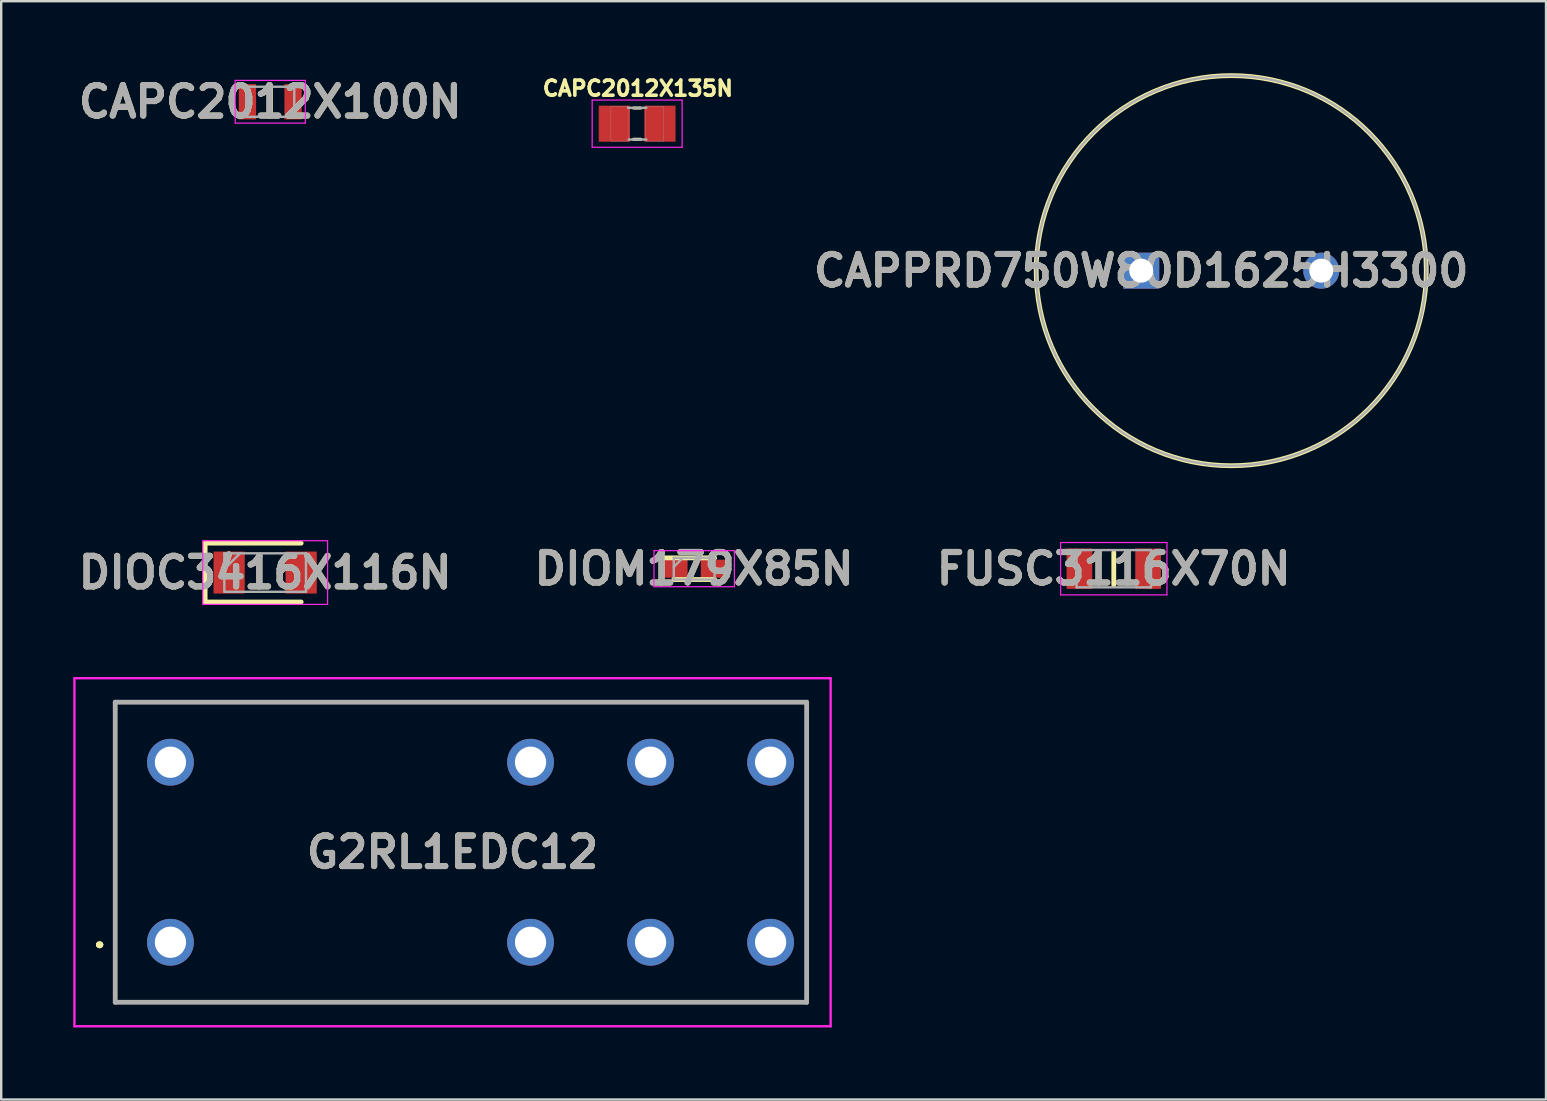
<source format=kicad_pcb>
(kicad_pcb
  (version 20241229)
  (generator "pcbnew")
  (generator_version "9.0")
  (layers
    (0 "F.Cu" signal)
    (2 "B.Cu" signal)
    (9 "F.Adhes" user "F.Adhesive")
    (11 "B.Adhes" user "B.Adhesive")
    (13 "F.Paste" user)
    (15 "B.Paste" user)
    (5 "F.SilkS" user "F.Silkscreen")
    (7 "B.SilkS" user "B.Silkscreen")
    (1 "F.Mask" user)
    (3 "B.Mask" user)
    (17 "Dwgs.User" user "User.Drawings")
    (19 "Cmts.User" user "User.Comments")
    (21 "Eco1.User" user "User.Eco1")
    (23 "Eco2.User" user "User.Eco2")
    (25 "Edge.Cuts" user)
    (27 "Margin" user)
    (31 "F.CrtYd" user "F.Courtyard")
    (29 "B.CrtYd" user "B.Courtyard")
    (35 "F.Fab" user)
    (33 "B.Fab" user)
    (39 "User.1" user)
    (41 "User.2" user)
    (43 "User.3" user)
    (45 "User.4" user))
  (footprint "G2RL1EDC12"
    (layer "F.Cu")
    (at 4.05 36.2)
    (property "Reference" "G2RL1EDC12" (at 11.75 -3.75 0) (layer "F.SilkS") (effects (font (size 1.27 1.27) (thickness 0.254))))
    (attr through_hole)
    (fp_line (start -3 0.1) (end -3 0.1) (stroke (width 0.2) (type solid)) (layer "F.SilkS"))
    (fp_line (start -3 0.1) (end -3 0.1) (stroke (width 0.2) (type solid)) (layer "F.SilkS"))
    (fp_line (start -2.9 0.1) (end -2.9 0.1) (stroke (width 0.2) (type solid)) (layer "F.SilkS"))
    (fp_line (start -2.3 -10) (end -2.3 2.5) (stroke (width 0.1) (type solid)) (layer "F.SilkS"))
    (fp_line (start -2.3 2.5) (end 26.5 2.5) (stroke (width 0.1) (type solid)) (layer "F.SilkS"))
    (fp_line (start 26.5 -10) (end -2.3 -10) (stroke (width 0.1) (type solid)) (layer "F.SilkS"))
    (fp_line (start 26.5 2.5) (end 26.5 -10) (stroke (width 0.1) (type solid)) (layer "F.SilkS"))
    (fp_arc (start -3 0.1) (mid -2.95 0.05) (end -2.9 0.1) (stroke (width 0.2) (type solid)) (layer "F.SilkS"))
    (fp_arc (start -2.9 0.1) (mid -2.95 0.15) (end -3 0.1) (stroke (width 0.2) (type solid)) (layer "F.SilkS"))
    (fp_arc (start -2.9 0.1) (mid -2.95 0.15) (end -3 0.1) (stroke (width 0.2) (type solid)) (layer "F.SilkS"))
    (fp_line (start -4 -11) (end -4 3.5) (stroke (width 0.1) (type solid)) (layer "F.CrtYd"))
    (fp_line (start -4 3.5) (end 27.5 3.5) (stroke (width 0.1) (type solid)) (layer "F.CrtYd"))
    (fp_line (start 27.5 -11) (end -4 -11) (stroke (width 0.1) (type solid)) (layer "F.CrtYd"))
    (fp_line (start 27.5 3.5) (end 27.5 -11) (stroke (width 0.1) (type solid)) (layer "F.CrtYd"))
    (fp_line (start -2.3 -10) (end 26.5 -10) (stroke (width 0.2) (type solid)) (layer "F.Fab"))
    (fp_line (start -2.3 2.5) (end -2.3 -10) (stroke (width 0.2) (type solid)) (layer "F.Fab"))
    (fp_line (start 26.5 -10) (end 26.5 2.5) (stroke (width 0.2) (type solid)) (layer "F.Fab"))
    (fp_line (start 26.5 2.5) (end -2.3 2.5) (stroke (width 0.2) (type solid)) (layer "F.Fab"))
    (fp_text user "${REFERENCE}" (at 11.75 -3.75 0) (layer "F.Fab") (effects (font (size 1.27 1.27) (thickness 0.254))))
    (pad "1" thru_hole circle (at 0 0) (size 1.95 1.95) (drill 1.3) (layers "*.Cu" "*.Mask"))
    (pad "2" thru_hole circle (at 15 0) (size 1.95 1.95) (drill 1.3) (layers "*.Cu" "*.Mask"))
    (pad "3" thru_hole circle (at 20 0) (size 1.95 1.95) (drill 1.3) (layers "*.Cu" "*.Mask"))
    (pad "4" thru_hole circle (at 25 0) (size 1.95 1.95) (drill 1.3) (layers "*.Cu" "*.Mask"))
    (pad "5" thru_hole circle (at 25 -7.5) (size 1.95 1.95) (drill 1.3) (layers "*.Cu" "*.Mask"))
    (pad "6" thru_hole circle (at 20 -7.5) (size 1.95 1.95) (drill 1.3) (layers "*.Cu" "*.Mask"))
    (pad "7" thru_hole circle (at 15 -7.5) (size 1.95 1.95) (drill 1.3) (layers "*.Cu" "*.Mask"))
    (pad "8" thru_hole circle (at 0 -7.5) (size 1.95 1.95) (drill 1.3) (layers "*.Cu" "*.Mask")))
  (footprint "FUSC3116X70N"
    (layer "F.Cu")
    (at 43.344 20.639)
    (property "Reference" "FUSC3116X70N" (at 0 0 0) (layer "F.SilkS") (effects (font (size 1.27 1.27) (thickness 0.254))))
    (attr smd)
    (fp_line (start 0 -0.675) (end 0 0.675) (stroke (width 0.2) (type solid)) (layer "F.SilkS"))
    (fp_line (start -2.215 -1.09) (end 2.215 -1.09) (stroke (width 0.05) (type solid)) (layer "F.CrtYd"))
    (fp_line (start -2.215 1.09) (end -2.215 -1.09) (stroke (width 0.05) (type solid)) (layer "F.CrtYd"))
    (fp_line (start 2.215 -1.09) (end 2.215 1.09) (stroke (width 0.05) (type solid)) (layer "F.CrtYd"))
    (fp_line (start 2.215 1.09) (end -2.215 1.09) (stroke (width 0.05) (type solid)) (layer "F.CrtYd"))
    (fp_line (start -1.55 -0.775) (end 1.55 -0.775) (stroke (width 0.1) (type solid)) (layer "F.Fab"))
    (fp_line (start -1.55 0.775) (end -1.55 -0.775) (stroke (width 0.1) (type solid)) (layer "F.Fab"))
    (fp_line (start 1.55 -0.775) (end 1.55 0.775) (stroke (width 0.1) (type solid)) (layer "F.Fab"))
    (fp_line (start 1.55 0.775) (end -1.55 0.775) (stroke (width 0.1) (type solid)) (layer "F.Fab"))
    (fp_text user "${REFERENCE}" (at 0 0 0) (layer "F.Fab") (effects (font (size 1.27 1.27) (thickness 0.254))))
    (pad "1" smd rect (at -1.43 0) (size 1.07 1.68) (layers "F.Cu" "F.Mask" "F.Paste"))
    (pad "2" smd rect (at 1.43 0) (size 1.07 1.68) (layers "F.Cu" "F.Mask" "F.Paste")))
  (footprint "CAPC2012X135N"
    (layer "F.Cu")
    (at 23.49 2.102)
    (property "Reference" "CAPC2012X135N" (at 0.03 -1.47 0) (layer "F.SilkS") (effects (font (size 0.63 0.63) (thickness 0.15))))
    (attr smd)
    (fp_line (start -0.15 -0.65) (end 0.15 -0.65) (stroke (width 0.127) (type solid)) (layer "F.SilkS"))
    (fp_line (start -0.15 0.65) (end 0.15 0.65) (stroke (width 0.127) (type solid)) (layer "F.SilkS"))
    (fp_line (start -1.873 -0.983) (end 1.873 -0.983) (stroke (width 0.051) (type solid)) (layer "F.CrtYd"))
    (fp_line (start -1.873 0.983) (end -1.873 -0.983) (stroke (width 0.051) (type solid)) (layer "F.CrtYd"))
    (fp_line (start 1.873 -0.983) (end 1.873 0.983) (stroke (width 0.051) (type solid)) (layer "F.CrtYd"))
    (fp_line (start 1.873 0.983) (end -1.873 0.983) (stroke (width 0.051) (type solid)) (layer "F.CrtYd"))
    (fp_line (start -0.381 -0.66) (end 0.381 -0.66) (stroke (width 0.102) (type solid)) (layer "F.Fab"))
    (fp_line (start -0.356 0.66) (end 0.381 0.66) (stroke (width 0.102) (type solid)) (layer "F.Fab"))
    (fp_poly (pts (xy -1.092 -0.726) (xy -0.342 -0.726) (xy -0.342 0.724) (xy -1.092 0.724)) (stroke (width 0.01) (type solid)) (fill no) (layer "F.Fab"))
    (fp_poly (pts (xy 0.356 -0.726) (xy 1.106 -0.726) (xy 1.106 0.724) (xy 0.356 0.724)) (stroke (width 0.01) (type solid)) (fill no) (layer "F.Fab"))
    (pad "1" smd rect (at -0.95 0) (size 1.3 1.5) (layers "F.Cu" "F.Mask" "F.Paste"))
    (pad "2" smd rect (at 0.95 0) (size 1.3 1.5) (layers "F.Cu" "F.Mask" "F.Paste")))
  (footprint "DIOM179X85N"
    (layer "F.Cu")
    (at 25.866 20.639)
    (property "Reference" "DIOM179X85N" (at 0 0 0) (layer "F.SilkS") (effects (font (size 1.27 1.27) (thickness 0.254))))
    (attr smd)
    (fp_line (start -0.85 0.45) (end 0.85 0.45) (stroke (width 0.2) (type solid)) (layer "F.SilkS"))
    (fp_line (start 0.85 -0.45) (end -1.225 -0.45) (stroke (width 0.2) (type solid)) (layer "F.SilkS"))
    (fp_line (start -1.675 -0.75) (end 1.675 -0.75) (stroke (width 0.05) (type solid)) (layer "F.CrtYd"))
    (fp_line (start -1.675 0.75) (end -1.675 -0.75) (stroke (width 0.05) (type solid)) (layer "F.CrtYd"))
    (fp_line (start 1.675 -0.75) (end 1.675 0.75) (stroke (width 0.05) (type solid)) (layer "F.CrtYd"))
    (fp_line (start 1.675 0.75) (end -1.675 0.75) (stroke (width 0.05) (type solid)) (layer "F.CrtYd"))
    (fp_line (start -0.85 -0.45) (end 0.85 -0.45) (stroke (width 0.1) (type solid)) (layer "F.Fab"))
    (fp_line (start -0.85 -0.075) (end -0.475 -0.45) (stroke (width 0.1) (type solid)) (layer "F.Fab"))
    (fp_line (start -0.85 0.45) (end -0.85 -0.45) (stroke (width 0.1) (type solid)) (layer "F.Fab"))
    (fp_line (start 0.85 -0.45) (end 0.85 0.45) (stroke (width 0.1) (type solid)) (layer "F.Fab"))
    (fp_line (start 0.85 0.45) (end -0.85 0.45) (stroke (width 0.1) (type solid)) (layer "F.Fab"))
    (fp_text user "${REFERENCE}" (at 0 0 0) (layer "F.Fab") (effects (font (size 1.27 1.27) (thickness 0.254))))
    (pad "1" smd rect (at -0.85 0 90) (size 0.75 1.15) (layers "F.Cu" "F.Mask" "F.Paste"))
    (pad "2" smd rect (at 0.85 0 90) (size 0.75 1.15) (layers "F.Cu" "F.Mask" "F.Paste")))
  (footprint "CAPPRD750W80D1625H3300"
    (layer "F.Cu")
    (at 44.487 8.225)
    (property "Reference" "CAPPRD750W80D1625H3300" (at 0 0 0) (layer "F.SilkS") (effects (font (size 1.27 1.27) (thickness 0.254))))
    (attr through_hole)
    (fp_circle (center 3.75 0) (end 3.75 8.125) (stroke (width 0.2) (type solid)) (fill no) (layer "F.SilkS"))
    (fp_circle (center 3.75 0) (end 3.75 8.125) (stroke (width 0.1) (type solid)) (fill no) (layer "F.Fab"))
    (fp_text user "${REFERENCE}" (at 0 0 0) (layer "F.Fab") (effects (font (size 1.27 1.27) (thickness 0.254))))
    (pad "1" thru_hole rect (at 0 0) (size 1.5 1.5) (drill 1) (layers "*.Cu" "*.Mask"))
    (pad "2" thru_hole circle (at 7.5 0) (size 1.5 1.5) (drill 1) (layers "*.Cu" "*.Mask")))
  (footprint "CAPC2012X100N"
    (layer "F.Cu")
    (at 8.207 1.189)
    (property "Reference" "CAPC2012X100N" (at 0 0 0) (layer "F.SilkS") (effects (font (size 1.27 1.27) (thickness 0.254))))
    (attr smd)
    (fp_line (start 0 -0.525) (end 0 0.525) (stroke (width 0.2) (type solid)) (layer "F.SilkS"))
    (fp_line (start -1.46 -0.89) (end 1.46 -0.89) (stroke (width 0.05) (type solid)) (layer "F.CrtYd"))
    (fp_line (start -1.46 0.89) (end -1.46 -0.89) (stroke (width 0.05) (type solid)) (layer "F.CrtYd"))
    (fp_line (start 1.46 -0.89) (end 1.46 0.89) (stroke (width 0.05) (type solid)) (layer "F.CrtYd"))
    (fp_line (start 1.46 0.89) (end -1.46 0.89) (stroke (width 0.05) (type solid)) (layer "F.CrtYd"))
    (fp_line (start -1 -0.625) (end 1 -0.625) (stroke (width 0.1) (type solid)) (layer "F.Fab"))
    (fp_line (start -1 0.625) (end -1 -0.625) (stroke (width 0.1) (type solid)) (layer "F.Fab"))
    (fp_line (start 1 -0.625) (end 1 0.625) (stroke (width 0.1) (type solid)) (layer "F.Fab"))
    (fp_line (start 1 0.625) (end -1 0.625) (stroke (width 0.1) (type solid)) (layer "F.Fab"))
    (fp_text user "${REFERENCE}" (at 0 0 0) (layer "F.Fab") (effects (font (size 1.27 1.27) (thickness 0.254))))
    (pad "1" smd rect (at -0.95 0) (size 0.72 1.47) (layers "F.Cu" "F.Mask" "F.Paste"))
    (pad "2" smd rect (at 0.95 0) (size 0.72 1.47) (layers "F.Cu" "F.Mask" "F.Paste")))
  (footprint "DIOC3416X116N"
    (layer "F.Cu")
    (at 7.995 20.8)
    (property "Reference" "DIOC3416X116N" (at 0 0 0) (layer "F.SilkS") (effects (font (size 1.27 1.27) (thickness 0.254))))
    (attr smd)
    (fp_line (start -2.5 -1.225) (end -2.5 1.225) (stroke (width 0.2) (type solid)) (layer "F.SilkS"))
    (fp_line (start -2.5 1.225) (end 1.5 1.225) (stroke (width 0.2) (type solid)) (layer "F.SilkS"))
    (fp_line (start 1.5 -1.225) (end -2.5 -1.225) (stroke (width 0.2) (type solid)) (layer "F.SilkS"))
    (fp_line (start -2.6 -1.325) (end 2.6 -1.325) (stroke (width 0.05) (type solid)) (layer "F.CrtYd"))
    (fp_line (start -2.6 1.325) (end -2.6 -1.325) (stroke (width 0.05) (type solid)) (layer "F.CrtYd"))
    (fp_line (start 2.6 -1.325) (end 2.6 1.325) (stroke (width 0.05) (type solid)) (layer "F.CrtYd"))
    (fp_line (start 2.6 1.325) (end -2.6 1.325) (stroke (width 0.05) (type solid)) (layer "F.CrtYd"))
    (fp_line (start -1.7 -0.8) (end 1.7 -0.8) (stroke (width 0.1) (type solid)) (layer "F.Fab"))
    (fp_line (start -1.7 -0.15) (end -1.05 -0.8) (stroke (width 0.1) (type solid)) (layer "F.Fab"))
    (fp_line (start -1.7 0.8) (end -1.7 -0.8) (stroke (width 0.1) (type solid)) (layer "F.Fab"))
    (fp_line (start 1.7 -0.8) (end 1.7 0.8) (stroke (width 0.1) (type solid)) (layer "F.Fab"))
    (fp_line (start 1.7 0.8) (end -1.7 0.8) (stroke (width 0.1) (type solid)) (layer "F.Fab"))
    (fp_text user "${REFERENCE}" (at 0 0 0) (layer "F.Fab") (effects (font (size 1.27 1.27) (thickness 0.254))))
    (pad "1" smd rect (at -1.5 0) (size 1.3 1.75) (layers "F.Cu" "F.Mask" "F.Paste"))
    (pad "2" smd rect (at 1.5 0) (size 1.3 1.75) (layers "F.Cu" "F.Mask" "F.Paste")))
  (gr_rect
    (start -3 -3)
    (end 61.349 42.75)
    (stroke (width 0.1) (type default))
    (fill no)
    (layer "Edge.Cuts")))
</source>
